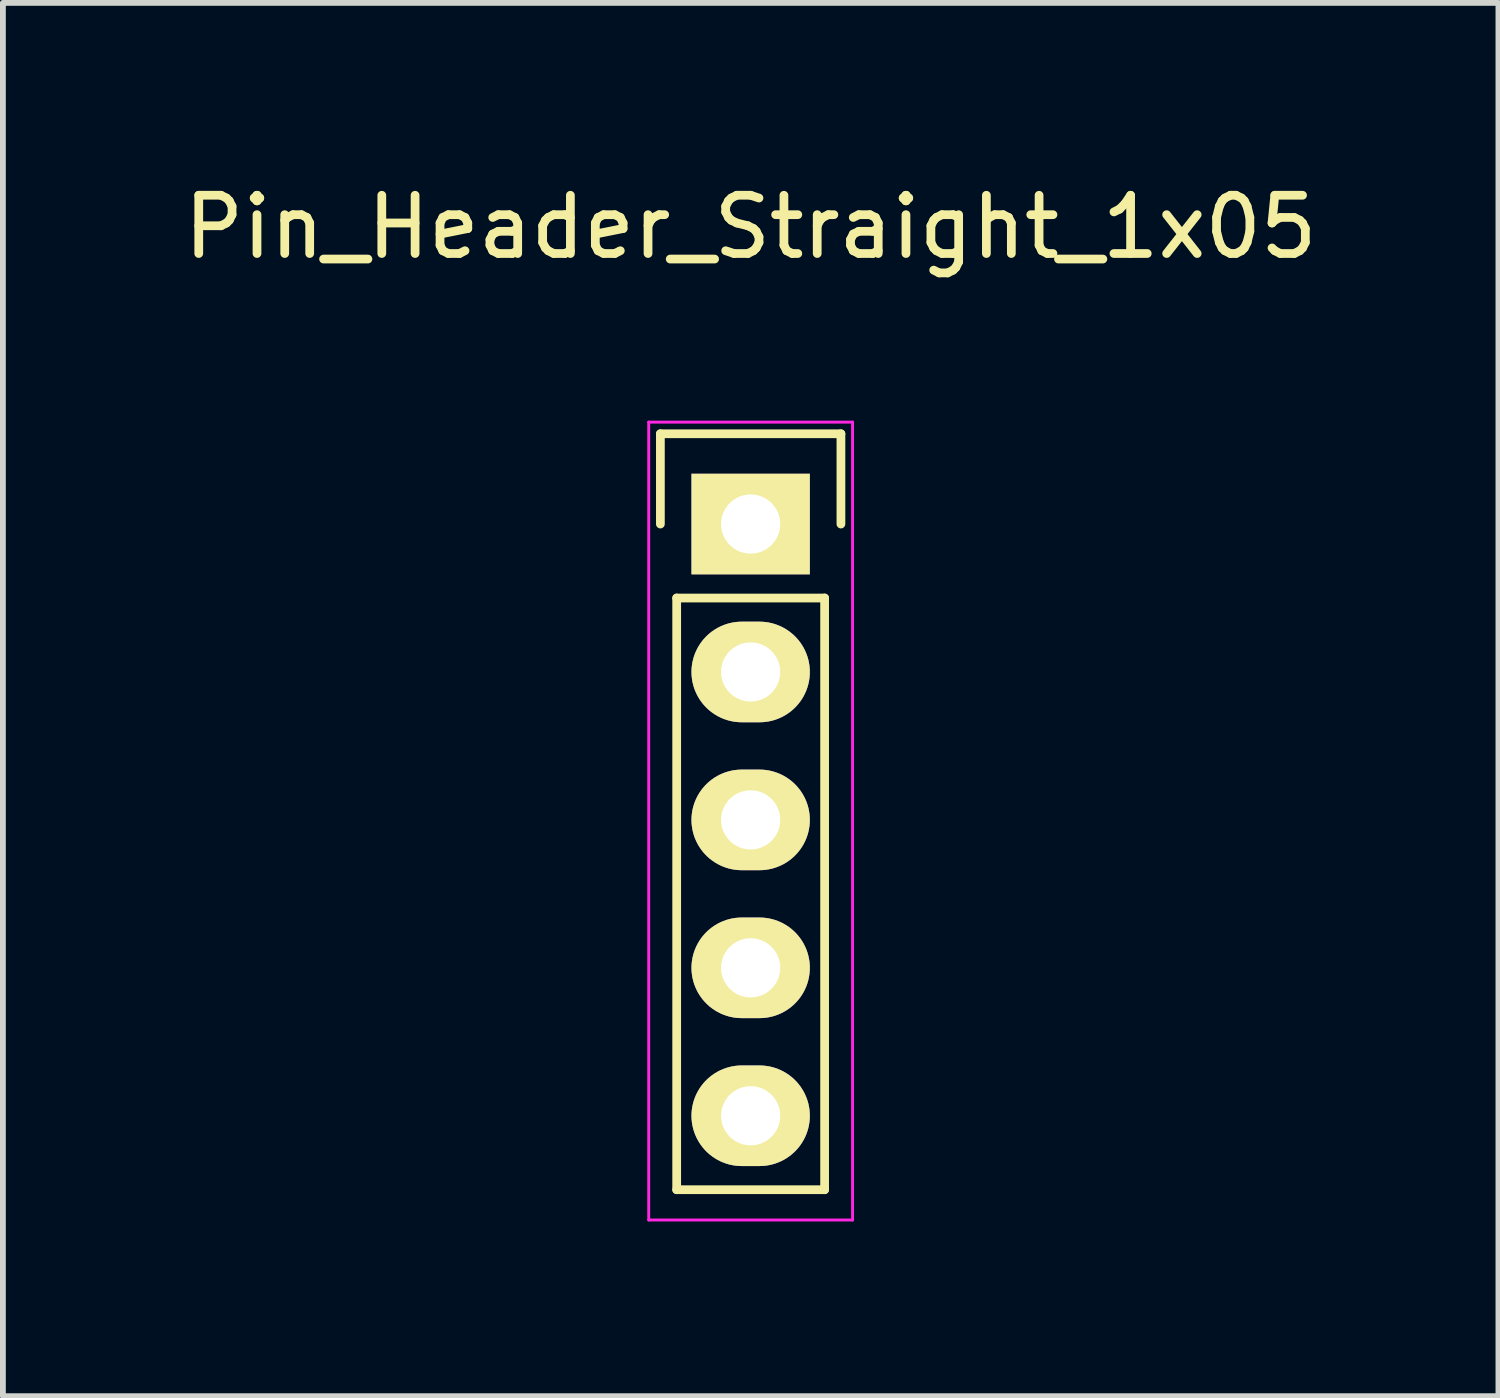
<source format=kicad_pcb>
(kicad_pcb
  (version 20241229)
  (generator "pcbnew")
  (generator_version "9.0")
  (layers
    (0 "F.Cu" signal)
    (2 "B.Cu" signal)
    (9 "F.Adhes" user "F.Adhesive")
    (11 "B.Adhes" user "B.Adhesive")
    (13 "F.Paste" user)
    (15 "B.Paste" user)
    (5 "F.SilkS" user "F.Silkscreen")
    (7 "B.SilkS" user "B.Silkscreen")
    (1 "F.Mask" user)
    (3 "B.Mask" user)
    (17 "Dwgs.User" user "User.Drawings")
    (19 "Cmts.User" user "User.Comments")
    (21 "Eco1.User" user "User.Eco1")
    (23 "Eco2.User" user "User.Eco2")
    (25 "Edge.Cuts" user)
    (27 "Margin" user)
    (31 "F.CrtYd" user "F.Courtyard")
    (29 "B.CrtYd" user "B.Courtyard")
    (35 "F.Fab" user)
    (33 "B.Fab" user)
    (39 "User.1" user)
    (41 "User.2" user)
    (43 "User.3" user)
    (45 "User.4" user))
  (footprint "Pin_Header_Straight_1x05"
    (layer "F.Cu")
    (at 9.839 5.948)
    (property "Reference" "Pin_Header_Straight_1x05" (at 0 -5.1 0) (layer "F.SilkS") (effects (font (size 1 1) (thickness 0.15))))
    (attr through_hole)
    (fp_line (start -1.55 -1.55) (end 1.55 -1.55) (stroke (width 0.15) (type solid)) (layer "F.SilkS"))
    (fp_line (start -1.55 0) (end -1.55 -1.55) (stroke (width 0.15) (type solid)) (layer "F.SilkS"))
    (fp_line (start -1.27 11.43) (end -1.27 1.27) (stroke (width 0.15) (type solid)) (layer "F.SilkS"))
    (fp_line (start 1.27 1.27) (end -1.27 1.27) (stroke (width 0.15) (type solid)) (layer "F.SilkS"))
    (fp_line (start 1.27 1.27) (end 1.27 11.43) (stroke (width 0.15) (type solid)) (layer "F.SilkS"))
    (fp_line (start 1.27 11.43) (end -1.27 11.43) (stroke (width 0.15) (type solid)) (layer "F.SilkS"))
    (fp_line (start 1.55 -1.55) (end 1.55 0) (stroke (width 0.15) (type solid)) (layer "F.SilkS"))
    (fp_line (start -1.75 -1.75) (end -1.75 11.95) (stroke (width 0.05) (type solid)) (layer "F.CrtYd"))
    (fp_line (start -1.75 -1.75) (end 1.75 -1.75) (stroke (width 0.05) (type solid)) (layer "F.CrtYd"))
    (fp_line (start -1.75 11.95) (end 1.75 11.95) (stroke (width 0.05) (type solid)) (layer "F.CrtYd"))
    (fp_line (start 1.75 -1.75) (end 1.75 11.95) (stroke (width 0.05) (type solid)) (layer "F.CrtYd"))
    (pad "1" thru_hole rect (at 0 0) (size 2.032 1.727) (drill 1.016) (layers "*.Cu" "*.Mask" "F.SilkS"))
    (pad "2" thru_hole oval (at 0 2.54) (size 2.032 1.727) (drill 1.016) (layers "*.Cu" "*.Mask" "F.SilkS"))
    (pad "3" thru_hole oval (at 0 5.08) (size 2.032 1.727) (drill 1.016) (layers "*.Cu" "*.Mask" "F.SilkS"))
    (pad "4" thru_hole oval (at 0 7.62) (size 2.032 1.727) (drill 1.016) (layers "*.Cu" "*.Mask" "F.SilkS"))
    (pad "5" thru_hole oval (at 0 10.16) (size 2.032 1.727) (drill 1.016) (layers "*.Cu" "*.Mask" "F.SilkS")))
  (gr_rect
    (start -3 -3)
    (end 22.679 20.923)
    (stroke (width 0.1) (type default))
    (fill no)
    (layer "Edge.Cuts")))
</source>
